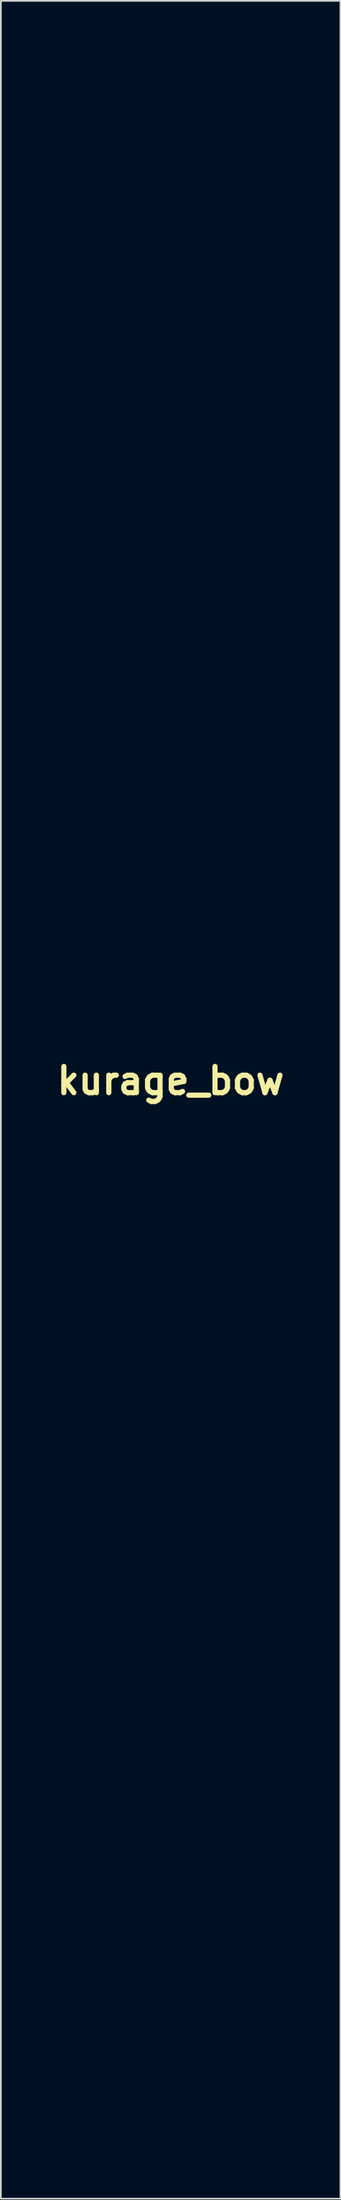
<source format=kicad_pcb>
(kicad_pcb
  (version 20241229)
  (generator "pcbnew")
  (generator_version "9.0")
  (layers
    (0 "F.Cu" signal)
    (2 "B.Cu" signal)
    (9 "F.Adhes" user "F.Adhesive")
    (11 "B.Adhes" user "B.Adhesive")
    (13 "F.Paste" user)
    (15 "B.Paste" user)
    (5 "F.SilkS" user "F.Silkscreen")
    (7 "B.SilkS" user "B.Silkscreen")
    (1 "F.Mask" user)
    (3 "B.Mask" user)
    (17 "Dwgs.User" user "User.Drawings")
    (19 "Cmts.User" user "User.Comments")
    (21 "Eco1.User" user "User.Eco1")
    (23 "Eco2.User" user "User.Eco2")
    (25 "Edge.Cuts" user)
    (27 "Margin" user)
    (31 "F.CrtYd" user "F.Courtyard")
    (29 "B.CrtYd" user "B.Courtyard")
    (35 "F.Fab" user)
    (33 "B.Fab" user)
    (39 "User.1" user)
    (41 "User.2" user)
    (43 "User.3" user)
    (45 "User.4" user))
  (footprint "kurage_bow"
    (layer "F.Cu")
    (at 6.865 59.693)
    (property "Reference" "kurage_bow" (at 0 0 0) (layer "F.SilkS") (effects (font (size 1.524 1.524) (thickness 0.3))))
    (attr through_hole)
    (fp_poly (pts (xy -0.83 -53.797) (xy -1.202 -53.797) (xy -1.202 -55.728) (xy -0.83 -55.728) (xy -0.83 -53.797)) (stroke (width 0.01) (type solid)) (fill yes) (layer "F.Mask"))
    (fp_poly (pts (xy -0.83 -41.351) (xy -1.202 -41.351) (xy -1.202 -43.282) (xy -0.83 -43.282) (xy -0.83 -41.351)) (stroke (width 0.01) (type solid)) (fill yes) (layer "F.Mask"))
    (fp_poly (pts (xy -0.83 -28.905) (xy -1.202 -28.905) (xy -1.202 -30.836) (xy -0.83 -30.836) (xy -0.83 -28.905)) (stroke (width 0.01) (type solid)) (fill yes) (layer "F.Mask"))
    (fp_poly (pts (xy -0.83 -16.459) (xy -1.202 -16.459) (xy -1.202 -18.39) (xy -0.83 -18.39) (xy -0.83 -16.459)) (stroke (width 0.01) (type solid)) (fill yes) (layer "F.Mask"))
    (fp_poly (pts (xy -0.83 -4.013) (xy -1.202 -4.013) (xy -1.202 -5.944) (xy -0.83 -5.944) (xy -0.83 -4.013)) (stroke (width 0.01) (type solid)) (fill yes) (layer "F.Mask"))
    (fp_poly (pts (xy -0.83 8.433) (xy -1.202 8.433) (xy -1.202 6.502) (xy -0.83 6.502) (xy -0.83 8.433)) (stroke (width 0.01) (type solid)) (fill yes) (layer "F.Mask"))
    (fp_poly (pts (xy -0.83 20.879) (xy -1.202 20.879) (xy -1.202 18.948) (xy -0.83 18.948) (xy -0.83 20.879)) (stroke (width 0.01) (type solid)) (fill yes) (layer "F.Mask"))
    (fp_poly (pts (xy -0.83 33.325) (xy -1.202 33.325) (xy -1.202 31.394) (xy -0.83 31.394) (xy -0.83 33.325)) (stroke (width 0.01) (type solid)) (fill yes) (layer "F.Mask"))
    (fp_poly (pts (xy -0.83 45.771) (xy -1.202 45.771) (xy -1.202 43.84) (xy -0.83 43.84) (xy -0.83 45.771)) (stroke (width 0.01) (type solid)) (fill yes) (layer "F.Mask"))
    (fp_poly (pts (xy -0.83 58.217) (xy -1.202 58.217) (xy -1.202 56.286) (xy -0.83 56.286) (xy -0.83 58.217)) (stroke (width 0.01) (type solid)) (fill yes) (layer "F.Mask"))
    (fp_poly (pts (xy -0.819 -59.165) (xy -0.732 -59.051) (xy -0.864 -58.956) (xy -0.935 -58.903) (xy -1.01 -58.844) (xy -1.073 -58.79) (xy -1.086 -58.778) (xy -1.178 -58.694) (xy -1.215 -58.748) (xy -1.25 -58.795) (xy -1.292 -58.849) (xy -1.304 -58.863) (xy -1.356 -58.926) (xy -1.23 -59.033) (xy -1.161 -59.09) (xy -1.088 -59.148) (xy -1.022 -59.197) (xy -1.005 -59.21) (xy -0.906 -59.279) (xy -0.819 -59.165)) (stroke (width 0.01) (type solid)) (fill yes) (layer "F.Mask"))
    (fp_poly (pts (xy -0.819 -46.719) (xy -0.732 -46.605) (xy -0.864 -46.51) (xy -0.935 -46.457) (xy -1.01 -46.398) (xy -1.073 -46.344) (xy -1.086 -46.332) (xy -1.178 -46.248) (xy -1.215 -46.302) (xy -1.25 -46.349) (xy -1.292 -46.403) (xy -1.304 -46.417) (xy -1.356 -46.48) (xy -1.23 -46.587) (xy -1.161 -46.644) (xy -1.088 -46.702) (xy -1.022 -46.751) (xy -1.005 -46.764) (xy -0.906 -46.833) (xy -0.819 -46.719)) (stroke (width 0.01) (type solid)) (fill yes) (layer "F.Mask"))
    (fp_poly (pts (xy -0.819 -34.273) (xy -0.732 -34.159) (xy -0.864 -34.064) (xy -0.935 -34.011) (xy -1.01 -33.952) (xy -1.073 -33.898) (xy -1.086 -33.886) (xy -1.178 -33.802) (xy -1.215 -33.856) (xy -1.25 -33.903) (xy -1.292 -33.957) (xy -1.304 -33.971) (xy -1.356 -34.034) (xy -1.23 -34.141) (xy -1.161 -34.198) (xy -1.088 -34.256) (xy -1.022 -34.305) (xy -1.005 -34.318) (xy -0.906 -34.387) (xy -0.819 -34.273)) (stroke (width 0.01) (type solid)) (fill yes) (layer "F.Mask"))
    (fp_poly (pts (xy -0.819 -21.827) (xy -0.732 -21.713) (xy -0.864 -21.618) (xy -0.935 -21.565) (xy -1.01 -21.506) (xy -1.073 -21.452) (xy -1.086 -21.44) (xy -1.178 -21.356) (xy -1.215 -21.41) (xy -1.25 -21.457) (xy -1.292 -21.511) (xy -1.304 -21.525) (xy -1.356 -21.588) (xy -1.23 -21.695) (xy -1.161 -21.752) (xy -1.088 -21.81) (xy -1.022 -21.859) (xy -1.005 -21.872) (xy -0.906 -21.941) (xy -0.819 -21.827)) (stroke (width 0.01) (type solid)) (fill yes) (layer "F.Mask"))
    (fp_poly (pts (xy -0.819 -9.381) (xy -0.732 -9.267) (xy -0.864 -9.172) (xy -0.935 -9.119) (xy -1.01 -9.06) (xy -1.073 -9.006) (xy -1.086 -8.994) (xy -1.178 -8.91) (xy -1.215 -8.964) (xy -1.25 -9.011) (xy -1.292 -9.065) (xy -1.304 -9.079) (xy -1.356 -9.142) (xy -1.23 -9.249) (xy -1.161 -9.306) (xy -1.088 -9.364) (xy -1.022 -9.413) (xy -1.005 -9.426) (xy -0.906 -9.495) (xy -0.819 -9.381)) (stroke (width 0.01) (type solid)) (fill yes) (layer "F.Mask"))
    (fp_poly (pts (xy -0.819 3.065) (xy -0.732 3.179) (xy -0.864 3.274) (xy -0.935 3.327) (xy -1.01 3.386) (xy -1.073 3.44) (xy -1.086 3.452) (xy -1.178 3.536) (xy -1.215 3.482) (xy -1.25 3.435) (xy -1.292 3.381) (xy -1.304 3.367) (xy -1.356 3.304) (xy -1.23 3.197) (xy -1.161 3.14) (xy -1.088 3.082) (xy -1.022 3.033) (xy -1.005 3.02) (xy -0.906 2.951) (xy -0.819 3.065)) (stroke (width 0.01) (type solid)) (fill yes) (layer "F.Mask"))
    (fp_poly (pts (xy -0.819 15.511) (xy -0.732 15.625) (xy -0.864 15.72) (xy -0.935 15.773) (xy -1.01 15.832) (xy -1.073 15.886) (xy -1.086 15.898) (xy -1.178 15.982) (xy -1.215 15.928) (xy -1.25 15.881) (xy -1.292 15.827) (xy -1.304 15.813) (xy -1.356 15.75) (xy -1.23 15.643) (xy -1.161 15.586) (xy -1.088 15.528) (xy -1.022 15.479) (xy -1.005 15.466) (xy -0.906 15.397) (xy -0.819 15.511)) (stroke (width 0.01) (type solid)) (fill yes) (layer "F.Mask"))
    (fp_poly (pts (xy -0.819 27.957) (xy -0.732 28.071) (xy -0.864 28.166) (xy -0.935 28.219) (xy -1.01 28.278) (xy -1.073 28.332) (xy -1.086 28.344) (xy -1.178 28.428) (xy -1.215 28.374) (xy -1.25 28.327) (xy -1.292 28.273) (xy -1.304 28.259) (xy -1.356 28.196) (xy -1.23 28.089) (xy -1.161 28.032) (xy -1.088 27.974) (xy -1.022 27.925) (xy -1.005 27.912) (xy -0.906 27.843) (xy -0.819 27.957)) (stroke (width 0.01) (type solid)) (fill yes) (layer "F.Mask"))
    (fp_poly (pts (xy -0.819 40.403) (xy -0.732 40.517) (xy -0.864 40.612) (xy -0.935 40.665) (xy -1.01 40.724) (xy -1.073 40.778) (xy -1.086 40.79) (xy -1.178 40.874) (xy -1.215 40.82) (xy -1.25 40.773) (xy -1.292 40.719) (xy -1.304 40.705) (xy -1.356 40.642) (xy -1.23 40.535) (xy -1.161 40.478) (xy -1.088 40.42) (xy -1.022 40.371) (xy -1.005 40.358) (xy -0.906 40.289) (xy -0.819 40.403)) (stroke (width 0.01) (type solid)) (fill yes) (layer "F.Mask"))
    (fp_poly (pts (xy -0.819 52.849) (xy -0.732 52.963) (xy -0.864 53.058) (xy -0.935 53.111) (xy -1.01 53.17) (xy -1.073 53.224) (xy -1.086 53.236) (xy -1.178 53.32) (xy -1.215 53.266) (xy -1.25 53.219) (xy -1.292 53.165) (xy -1.304 53.151) (xy -1.356 53.088) (xy -1.23 52.981) (xy -1.161 52.924) (xy -1.088 52.866) (xy -1.022 52.817) (xy -1.005 52.804) (xy -0.906 52.735) (xy -0.819 52.849)) (stroke (width 0.01) (type solid)) (fill yes) (layer "F.Mask"))
    (fp_poly (pts (xy -1.014 -59.575) (xy -0.978 -59.522) (xy -0.953 -59.479) (xy -0.943 -59.454) (xy -0.944 -59.451) (xy -0.963 -59.436) (xy -1.002 -59.406) (xy -1.054 -59.368) (xy -1.071 -59.355) (xy -1.141 -59.302) (xy -1.213 -59.242) (xy -1.274 -59.188) (xy -1.275 -59.187) (xy -1.364 -59.102) (xy -1.54 -59.331) (xy -1.43 -59.435) (xy -1.362 -59.494) (xy -1.285 -59.556) (xy -1.215 -59.608) (xy -1.207 -59.613) (xy -1.096 -59.688) (xy -1.014 -59.575)) (stroke (width 0.01) (type solid)) (fill yes) (layer "F.Mask"))
    (fp_poly (pts (xy -1.014 -47.129) (xy -0.978 -47.076) (xy -0.953 -47.033) (xy -0.943 -47.008) (xy -0.944 -47.005) (xy -0.963 -46.99) (xy -1.002 -46.96) (xy -1.054 -46.922) (xy -1.071 -46.909) (xy -1.141 -46.856) (xy -1.213 -46.796) (xy -1.274 -46.742) (xy -1.275 -46.741) (xy -1.364 -46.656) (xy -1.54 -46.885) (xy -1.43 -46.989) (xy -1.362 -47.048) (xy -1.285 -47.11) (xy -1.215 -47.162) (xy -1.207 -47.167) (xy -1.096 -47.242) (xy -1.014 -47.129)) (stroke (width 0.01) (type solid)) (fill yes) (layer "F.Mask"))
    (fp_poly (pts (xy -1.014 -34.683) (xy -0.978 -34.63) (xy -0.953 -34.587) (xy -0.943 -34.562) (xy -0.944 -34.559) (xy -0.963 -34.544) (xy -1.002 -34.514) (xy -1.054 -34.476) (xy -1.071 -34.463) (xy -1.141 -34.41) (xy -1.213 -34.35) (xy -1.274 -34.296) (xy -1.275 -34.295) (xy -1.364 -34.21) (xy -1.54 -34.439) (xy -1.43 -34.543) (xy -1.362 -34.602) (xy -1.285 -34.664) (xy -1.215 -34.716) (xy -1.207 -34.721) (xy -1.096 -34.796) (xy -1.014 -34.683)) (stroke (width 0.01) (type solid)) (fill yes) (layer "F.Mask"))
    (fp_poly (pts (xy -1.014 -22.237) (xy -0.978 -22.184) (xy -0.953 -22.141) (xy -0.943 -22.116) (xy -0.944 -22.113) (xy -0.963 -22.098) (xy -1.002 -22.068) (xy -1.054 -22.03) (xy -1.071 -22.017) (xy -1.141 -21.964) (xy -1.213 -21.904) (xy -1.274 -21.85) (xy -1.275 -21.849) (xy -1.364 -21.764) (xy -1.54 -21.993) (xy -1.43 -22.097) (xy -1.362 -22.156) (xy -1.285 -22.218) (xy -1.215 -22.27) (xy -1.207 -22.275) (xy -1.096 -22.35) (xy -1.014 -22.237)) (stroke (width 0.01) (type solid)) (fill yes) (layer "F.Mask"))
    (fp_poly (pts (xy -1.014 -9.791) (xy -0.978 -9.738) (xy -0.953 -9.695) (xy -0.943 -9.67) (xy -0.944 -9.667) (xy -0.963 -9.652) (xy -1.002 -9.622) (xy -1.054 -9.584) (xy -1.071 -9.571) (xy -1.141 -9.518) (xy -1.213 -9.458) (xy -1.274 -9.404) (xy -1.275 -9.403) (xy -1.364 -9.318) (xy -1.54 -9.547) (xy -1.43 -9.651) (xy -1.362 -9.71) (xy -1.285 -9.772) (xy -1.215 -9.824) (xy -1.207 -9.829) (xy -1.096 -9.904) (xy -1.014 -9.791)) (stroke (width 0.01) (type solid)) (fill yes) (layer "F.Mask"))
    (fp_poly (pts (xy -1.014 2.655) (xy -0.978 2.708) (xy -0.953 2.751) (xy -0.943 2.776) (xy -0.944 2.779) (xy -0.963 2.794) (xy -1.002 2.824) (xy -1.054 2.862) (xy -1.071 2.875) (xy -1.141 2.928) (xy -1.213 2.988) (xy -1.274 3.042) (xy -1.275 3.043) (xy -1.364 3.128) (xy -1.54 2.899) (xy -1.43 2.795) (xy -1.362 2.736) (xy -1.285 2.674) (xy -1.215 2.622) (xy -1.207 2.617) (xy -1.096 2.542) (xy -1.014 2.655)) (stroke (width 0.01) (type solid)) (fill yes) (layer "F.Mask"))
    (fp_poly (pts (xy -1.014 15.101) (xy -0.978 15.154) (xy -0.953 15.197) (xy -0.943 15.222) (xy -0.944 15.225) (xy -0.963 15.24) (xy -1.002 15.27) (xy -1.054 15.308) (xy -1.071 15.321) (xy -1.141 15.374) (xy -1.213 15.434) (xy -1.274 15.488) (xy -1.275 15.489) (xy -1.364 15.574) (xy -1.54 15.345) (xy -1.43 15.241) (xy -1.362 15.182) (xy -1.285 15.12) (xy -1.215 15.068) (xy -1.207 15.063) (xy -1.096 14.988) (xy -1.014 15.101)) (stroke (width 0.01) (type solid)) (fill yes) (layer "F.Mask"))
    (fp_poly (pts (xy -1.014 27.547) (xy -0.978 27.6) (xy -0.953 27.643) (xy -0.943 27.668) (xy -0.944 27.671) (xy -0.963 27.686) (xy -1.002 27.716) (xy -1.054 27.754) (xy -1.071 27.767) (xy -1.141 27.82) (xy -1.213 27.88) (xy -1.274 27.934) (xy -1.275 27.935) (xy -1.364 28.02) (xy -1.54 27.791) (xy -1.43 27.687) (xy -1.362 27.628) (xy -1.285 27.566) (xy -1.215 27.514) (xy -1.207 27.509) (xy -1.096 27.434) (xy -1.014 27.547)) (stroke (width 0.01) (type solid)) (fill yes) (layer "F.Mask"))
    (fp_poly (pts (xy -1.014 39.993) (xy -0.978 40.046) (xy -0.953 40.089) (xy -0.943 40.114) (xy -0.944 40.117) (xy -0.963 40.132) (xy -1.002 40.162) (xy -1.054 40.2) (xy -1.071 40.213) (xy -1.141 40.266) (xy -1.213 40.326) (xy -1.274 40.38) (xy -1.275 40.381) (xy -1.364 40.466) (xy -1.54 40.237) (xy -1.43 40.133) (xy -1.362 40.074) (xy -1.285 40.012) (xy -1.215 39.96) (xy -1.207 39.955) (xy -1.096 39.88) (xy -1.014 39.993)) (stroke (width 0.01) (type solid)) (fill yes) (layer "F.Mask"))
    (fp_poly (pts (xy -1.014 52.439) (xy -0.978 52.492) (xy -0.953 52.535) (xy -0.943 52.56) (xy -0.944 52.563) (xy -0.963 52.578) (xy -1.002 52.608) (xy -1.054 52.646) (xy -1.071 52.659) (xy -1.141 52.712) (xy -1.213 52.772) (xy -1.274 52.826) (xy -1.275 52.827) (xy -1.364 52.912) (xy -1.54 52.683) (xy -1.43 52.579) (xy -1.362 52.52) (xy -1.285 52.458) (xy -1.215 52.406) (xy -1.207 52.401) (xy -1.096 52.326) (xy -1.014 52.439)) (stroke (width 0.01) (type solid)) (fill yes) (layer "F.Mask"))
    (fp_poly (pts (xy -0.25 -56.028) (xy -0.131 -56.021) (xy -0.033 -56.009) (xy 0.058 -55.989) (xy 0.11 -55.975) (xy 0.348 -55.887) (xy 0.569 -55.77) (xy 0.771 -55.626) (xy 0.955 -55.456) (xy 1.118 -55.26) (xy 1.26 -55.04) (xy 1.38 -54.797) (xy 1.477 -54.533) (xy 1.513 -54.406) (xy 1.553 -54.252) (xy 1.467 -54.17) (xy 1.381 -54.088) (xy 1.336 -54.21) (xy 1.241 -54.433) (xy 1.119 -54.654) (xy 0.976 -54.863) (xy 0.831 -55.038) (xy 0.74 -55.127) (xy 0.629 -55.219) (xy 0.51 -55.305) (xy 0.394 -55.377) (xy 0.354 -55.398) (xy 0.299 -55.423) (xy 0.227 -55.451) (xy 0.148 -55.48) (xy 0.07 -55.506) (xy 0.001 -55.527) (xy -0.05 -55.539) (xy -0.07 -55.541) (xy -0.072 -55.525) (xy -0.075 -55.477) (xy -0.078 -55.401) (xy -0.08 -55.298) (xy -0.081 -55.172) (xy -0.083 -55.025) (xy -0.084 -54.859) (xy -0.085 -54.678) (xy -0.085 -54.534) (xy -0.085 -53.526) (xy -0.457 -53.526) (xy -0.457 -56.036) (xy -0.25 -56.028)) (stroke (width 0.01) (type solid)) (fill yes) (layer "F.Mask"))
    (fp_poly (pts (xy -0.25 -43.582) (xy -0.131 -43.575) (xy -0.033 -43.563) (xy 0.058 -43.543) (xy 0.11 -43.529) (xy 0.348 -43.441) (xy 0.569 -43.324) (xy 0.771 -43.18) (xy 0.955 -43.01) (xy 1.118 -42.814) (xy 1.26 -42.594) (xy 1.38 -42.351) (xy 1.477 -42.087) (xy 1.513 -41.96) (xy 1.553 -41.806) (xy 1.467 -41.724) (xy 1.381 -41.642) (xy 1.336 -41.764) (xy 1.241 -41.987) (xy 1.119 -42.208) (xy 0.976 -42.417) (xy 0.831 -42.592) (xy 0.74 -42.681) (xy 0.629 -42.773) (xy 0.51 -42.859) (xy 0.394 -42.931) (xy 0.354 -42.952) (xy 0.299 -42.977) (xy 0.227 -43.005) (xy 0.148 -43.034) (xy 0.07 -43.06) (xy 0.001 -43.081) (xy -0.05 -43.093) (xy -0.07 -43.095) (xy -0.072 -43.079) (xy -0.075 -43.031) (xy -0.078 -42.955) (xy -0.08 -42.852) (xy -0.081 -42.726) (xy -0.083 -42.579) (xy -0.084 -42.413) (xy -0.085 -42.232) (xy -0.085 -42.088) (xy -0.085 -41.08) (xy -0.457 -41.08) (xy -0.457 -43.59) (xy -0.25 -43.582)) (stroke (width 0.01) (type solid)) (fill yes) (layer "F.Mask"))
    (fp_poly (pts (xy -0.25 -31.136) (xy -0.131 -31.129) (xy -0.033 -31.117) (xy 0.058 -31.097) (xy 0.11 -31.083) (xy 0.348 -30.995) (xy 0.569 -30.878) (xy 0.771 -30.734) (xy 0.955 -30.564) (xy 1.118 -30.368) (xy 1.26 -30.148) (xy 1.38 -29.905) (xy 1.477 -29.641) (xy 1.513 -29.514) (xy 1.553 -29.36) (xy 1.467 -29.278) (xy 1.381 -29.196) (xy 1.336 -29.318) (xy 1.241 -29.541) (xy 1.119 -29.762) (xy 0.976 -29.971) (xy 0.831 -30.146) (xy 0.74 -30.235) (xy 0.629 -30.327) (xy 0.51 -30.413) (xy 0.394 -30.485) (xy 0.354 -30.506) (xy 0.299 -30.531) (xy 0.227 -30.559) (xy 0.148 -30.588) (xy 0.07 -30.614) (xy 0.001 -30.635) (xy -0.05 -30.647) (xy -0.07 -30.649) (xy -0.072 -30.633) (xy -0.075 -30.585) (xy -0.078 -30.509) (xy -0.08 -30.406) (xy -0.081 -30.28) (xy -0.083 -30.133) (xy -0.084 -29.967) (xy -0.085 -29.786) (xy -0.085 -29.642) (xy -0.085 -28.634) (xy -0.457 -28.634) (xy -0.457 -31.144) (xy -0.25 -31.136)) (stroke (width 0.01) (type solid)) (fill yes) (layer "F.Mask"))
    (fp_poly (pts (xy -0.25 -18.69) (xy -0.131 -18.683) (xy -0.033 -18.671) (xy 0.058 -18.651) (xy 0.11 -18.637) (xy 0.348 -18.549) (xy 0.569 -18.432) (xy 0.771 -18.288) (xy 0.955 -18.118) (xy 1.118 -17.922) (xy 1.26 -17.702) (xy 1.38 -17.459) (xy 1.477 -17.195) (xy 1.513 -17.068) (xy 1.553 -16.914) (xy 1.467 -16.832) (xy 1.381 -16.75) (xy 1.336 -16.872) (xy 1.241 -17.095) (xy 1.119 -17.316) (xy 0.976 -17.525) (xy 0.831 -17.7) (xy 0.74 -17.789) (xy 0.629 -17.881) (xy 0.51 -17.967) (xy 0.394 -18.039) (xy 0.354 -18.06) (xy 0.299 -18.085) (xy 0.227 -18.113) (xy 0.148 -18.142) (xy 0.07 -18.168) (xy 0.001 -18.189) (xy -0.05 -18.201) (xy -0.07 -18.203) (xy -0.072 -18.187) (xy -0.075 -18.139) (xy -0.078 -18.063) (xy -0.08 -17.96) (xy -0.081 -17.834) (xy -0.083 -17.687) (xy -0.084 -17.521) (xy -0.085 -17.34) (xy -0.085 -17.196) (xy -0.085 -16.188) (xy -0.457 -16.188) (xy -0.457 -18.698) (xy -0.25 -18.69)) (stroke (width 0.01) (type solid)) (fill yes) (layer "F.Mask"))
    (fp_poly (pts (xy -0.25 -6.244) (xy -0.131 -6.237) (xy -0.033 -6.225) (xy 0.058 -6.205) (xy 0.11 -6.191) (xy 0.348 -6.103) (xy 0.569 -5.986) (xy 0.771 -5.842) (xy 0.955 -5.672) (xy 1.118 -5.476) (xy 1.26 -5.256) (xy 1.38 -5.013) (xy 1.477 -4.749) (xy 1.513 -4.622) (xy 1.553 -4.468) (xy 1.467 -4.386) (xy 1.381 -4.304) (xy 1.336 -4.426) (xy 1.241 -4.649) (xy 1.119 -4.87) (xy 0.976 -5.079) (xy 0.831 -5.254) (xy 0.74 -5.343) (xy 0.629 -5.435) (xy 0.51 -5.521) (xy 0.394 -5.593) (xy 0.354 -5.614) (xy 0.299 -5.639) (xy 0.227 -5.667) (xy 0.148 -5.696) (xy 0.07 -5.722) (xy 0.001 -5.743) (xy -0.05 -5.755) (xy -0.07 -5.757) (xy -0.072 -5.741) (xy -0.075 -5.693) (xy -0.078 -5.617) (xy -0.08 -5.514) (xy -0.081 -5.388) (xy -0.083 -5.241) (xy -0.084 -5.075) (xy -0.085 -4.894) (xy -0.085 -4.75) (xy -0.085 -3.742) (xy -0.457 -3.742) (xy -0.457 -6.252) (xy -0.25 -6.244)) (stroke (width 0.01) (type solid)) (fill yes) (layer "F.Mask"))
    (fp_poly (pts (xy -0.25 6.202) (xy -0.131 6.209) (xy -0.033 6.221) (xy 0.058 6.241) (xy 0.11 6.255) (xy 0.348 6.343) (xy 0.569 6.46) (xy 0.771 6.604) (xy 0.955 6.774) (xy 1.118 6.97) (xy 1.26 7.19) (xy 1.38 7.433) (xy 1.477 7.697) (xy 1.513 7.824) (xy 1.553 7.978) (xy 1.467 8.06) (xy 1.381 8.142) (xy 1.336 8.02) (xy 1.241 7.797) (xy 1.119 7.576) (xy 0.976 7.367) (xy 0.831 7.192) (xy 0.74 7.103) (xy 0.629 7.011) (xy 0.51 6.925) (xy 0.394 6.853) (xy 0.354 6.832) (xy 0.299 6.807) (xy 0.227 6.779) (xy 0.148 6.75) (xy 0.07 6.724) (xy 0.001 6.703) (xy -0.05 6.691) (xy -0.07 6.689) (xy -0.072 6.705) (xy -0.075 6.753) (xy -0.078 6.829) (xy -0.08 6.932) (xy -0.081 7.058) (xy -0.083 7.205) (xy -0.084 7.371) (xy -0.085 7.552) (xy -0.085 7.696) (xy -0.085 8.704) (xy -0.457 8.704) (xy -0.457 6.194) (xy -0.25 6.202)) (stroke (width 0.01) (type solid)) (fill yes) (layer "F.Mask"))
    (fp_poly (pts (xy -0.25 18.648) (xy -0.131 18.655) (xy -0.033 18.667) (xy 0.058 18.687) (xy 0.11 18.701) (xy 0.348 18.789) (xy 0.569 18.906) (xy 0.771 19.05) (xy 0.955 19.22) (xy 1.118 19.416) (xy 1.26 19.636) (xy 1.38 19.879) (xy 1.477 20.143) (xy 1.513 20.27) (xy 1.553 20.424) (xy 1.467 20.506) (xy 1.381 20.588) (xy 1.336 20.466) (xy 1.241 20.243) (xy 1.119 20.022) (xy 0.976 19.813) (xy 0.831 19.638) (xy 0.74 19.549) (xy 0.629 19.457) (xy 0.51 19.371) (xy 0.394 19.299) (xy 0.354 19.278) (xy 0.299 19.253) (xy 0.227 19.225) (xy 0.148 19.196) (xy 0.07 19.17) (xy 0.001 19.149) (xy -0.05 19.137) (xy -0.07 19.135) (xy -0.072 19.151) (xy -0.075 19.199) (xy -0.078 19.275) (xy -0.08 19.378) (xy -0.081 19.504) (xy -0.083 19.651) (xy -0.084 19.817) (xy -0.085 19.998) (xy -0.085 20.142) (xy -0.085 21.15) (xy -0.457 21.15) (xy -0.457 18.64) (xy -0.25 18.648)) (stroke (width 0.01) (type solid)) (fill yes) (layer "F.Mask"))
    (fp_poly (pts (xy -0.25 31.094) (xy -0.131 31.101) (xy -0.033 31.113) (xy 0.058 31.133) (xy 0.11 31.147) (xy 0.348 31.235) (xy 0.569 31.352) (xy 0.771 31.496) (xy 0.955 31.666) (xy 1.118 31.862) (xy 1.26 32.082) (xy 1.38 32.325) (xy 1.477 32.589) (xy 1.513 32.716) (xy 1.553 32.87) (xy 1.467 32.952) (xy 1.381 33.034) (xy 1.336 32.912) (xy 1.241 32.689) (xy 1.119 32.468) (xy 0.976 32.259) (xy 0.831 32.084) (xy 0.74 31.995) (xy 0.629 31.903) (xy 0.51 31.817) (xy 0.394 31.745) (xy 0.354 31.724) (xy 0.299 31.699) (xy 0.227 31.671) (xy 0.148 31.642) (xy 0.07 31.616) (xy 0.001 31.595) (xy -0.05 31.583) (xy -0.07 31.581) (xy -0.072 31.597) (xy -0.075 31.645) (xy -0.078 31.721) (xy -0.08 31.824) (xy -0.081 31.95) (xy -0.083 32.097) (xy -0.084 32.263) (xy -0.085 32.444) (xy -0.085 32.588) (xy -0.085 33.596) (xy -0.457 33.596) (xy -0.457 31.086) (xy -0.25 31.094)) (stroke (width 0.01) (type solid)) (fill yes) (layer "F.Mask"))
    (fp_poly (pts (xy -0.25 43.54) (xy -0.131 43.547) (xy -0.033 43.559) (xy 0.058 43.579) (xy 0.11 43.593) (xy 0.348 43.681) (xy 0.569 43.798) (xy 0.771 43.942) (xy 0.955 44.112) (xy 1.118 44.308) (xy 1.26 44.528) (xy 1.38 44.771) (xy 1.477 45.035) (xy 1.513 45.162) (xy 1.553 45.316) (xy 1.467 45.398) (xy 1.381 45.48) (xy 1.336 45.358) (xy 1.241 45.135) (xy 1.119 44.914) (xy 0.976 44.705) (xy 0.831 44.53) (xy 0.74 44.441) (xy 0.629 44.349) (xy 0.51 44.263) (xy 0.394 44.191) (xy 0.354 44.17) (xy 0.299 44.145) (xy 0.227 44.117) (xy 0.148 44.088) (xy 0.07 44.062) (xy 0.001 44.041) (xy -0.05 44.029) (xy -0.07 44.027) (xy -0.072 44.043) (xy -0.075 44.091) (xy -0.078 44.167) (xy -0.08 44.27) (xy -0.081 44.396) (xy -0.083 44.543) (xy -0.084 44.709) (xy -0.085 44.89) (xy -0.085 45.034) (xy -0.085 46.042) (xy -0.457 46.042) (xy -0.457 43.532) (xy -0.25 43.54)) (stroke (width 0.01) (type solid)) (fill yes) (layer "F.Mask"))
    (fp_poly (pts (xy -0.25 55.986) (xy -0.131 55.993) (xy -0.033 56.005) (xy 0.058 56.025) (xy 0.11 56.039) (xy 0.348 56.127) (xy 0.569 56.244) (xy 0.771 56.388) (xy 0.955 56.558) (xy 1.118 56.754) (xy 1.26 56.974) (xy 1.38 57.217) (xy 1.477 57.481) (xy 1.513 57.608) (xy 1.553 57.762) (xy 1.467 57.844) (xy 1.381 57.926) (xy 1.336 57.804) (xy 1.241 57.581) (xy 1.119 57.36) (xy 0.976 57.151) (xy 0.831 56.976) (xy 0.74 56.887) (xy 0.629 56.795) (xy 0.51 56.709) (xy 0.394 56.637) (xy 0.354 56.616) (xy 0.299 56.591) (xy 0.227 56.563) (xy 0.148 56.534) (xy 0.07 56.508) (xy 0.001 56.487) (xy -0.05 56.475) (xy -0.07 56.473) (xy -0.072 56.489) (xy -0.075 56.537) (xy -0.078 56.613) (xy -0.08 56.716) (xy -0.081 56.842) (xy -0.083 56.989) (xy -0.084 57.155) (xy -0.085 57.336) (xy -0.085 57.48) (xy -0.085 58.488) (xy -0.457 58.488) (xy -0.457 55.978) (xy -0.25 55.986)) (stroke (width 0.01) (type solid)) (fill yes) (layer "F.Mask"))
    (fp_poly (pts (xy -0.322 -58.814) (xy -0.208 -58.802) (xy -0.108 -58.789) (xy 0.012 -58.767) (xy 0.141 -58.74) (xy 0.268 -58.71) (xy 0.38 -58.68) (xy 0.436 -58.663) (xy 0.569 -58.612) (xy 0.711 -58.546) (xy 0.847 -58.474) (xy 0.931 -58.422) (xy 1.073 -58.313) (xy 1.209 -58.179) (xy 1.334 -58.028) (xy 1.44 -57.867) (xy 1.505 -57.741) (xy 1.538 -57.666) (xy 1.558 -57.614) (xy 1.563 -57.577) (xy 1.554 -57.545) (xy 1.53 -57.511) (xy 1.492 -57.467) (xy 1.409 -57.373) (xy 1.325 -57.503) (xy 1.182 -57.691) (xy 1.014 -57.856) (xy 0.822 -57.998) (xy 0.606 -58.117) (xy 0.366 -58.211) (xy 0.102 -58.283) (xy -0.186 -58.33) (xy -0.199 -58.332) (xy -0.322 -58.346) (xy -0.322 -57.612) (xy -0.18 -57.518) (xy -0.026 -57.407) (xy 0.131 -57.28) (xy 0.279 -57.146) (xy 0.396 -57.028) (xy 0.522 -56.892) (xy 0.436 -56.771) (xy 0.398 -56.717) (xy 0.368 -56.674) (xy 0.351 -56.65) (xy 0.349 -56.647) (xy 0.335 -56.656) (xy 0.302 -56.68) (xy 0.255 -56.716) (xy 0.237 -56.73) (xy 0.012 -56.893) (xy -0.239 -57.05) (xy -0.512 -57.2) (xy -0.797 -57.337) (xy -1.09 -57.459) (xy -1.214 -57.505) (xy -1.369 -57.56) (xy -1.345 -57.639) (xy -1.328 -57.694) (xy -1.307 -57.768) (xy -1.285 -57.844) (xy -1.284 -57.85) (xy -1.264 -57.913) (xy -1.245 -57.962) (xy -1.23 -57.988) (xy -1.227 -57.991) (xy -1.204 -57.988) (xy -1.157 -57.975) (xy -1.092 -57.954) (xy -1.017 -57.929) (xy -0.939 -57.9) (xy -0.864 -57.871) (xy -0.799 -57.844) (xy -0.758 -57.825) (xy -0.694 -57.793) (xy -0.694 -59.487) (xy -0.322 -59.487) (xy -0.322 -58.814)) (stroke (width 0.01) (type solid)) (fill yes) (layer "F.Mask"))
    (fp_poly (pts (xy -0.322 -46.368) (xy -0.208 -46.356) (xy -0.108 -46.343) (xy 0.012 -46.321) (xy 0.141 -46.294) (xy 0.268 -46.264) (xy 0.38 -46.234) (xy 0.436 -46.217) (xy 0.569 -46.166) (xy 0.711 -46.1) (xy 0.847 -46.028) (xy 0.931 -45.976) (xy 1.073 -45.867) (xy 1.209 -45.733) (xy 1.334 -45.582) (xy 1.44 -45.421) (xy 1.505 -45.295) (xy 1.538 -45.22) (xy 1.558 -45.168) (xy 1.563 -45.131) (xy 1.554 -45.099) (xy 1.53 -45.065) (xy 1.492 -45.021) (xy 1.409 -44.927) (xy 1.325 -45.057) (xy 1.182 -45.245) (xy 1.014 -45.41) (xy 0.822 -45.552) (xy 0.606 -45.671) (xy 0.366 -45.765) (xy 0.102 -45.837) (xy -0.186 -45.884) (xy -0.199 -45.886) (xy -0.322 -45.9) (xy -0.322 -45.166) (xy -0.18 -45.072) (xy -0.026 -44.961) (xy 0.131 -44.834) (xy 0.279 -44.7) (xy 0.396 -44.582) (xy 0.522 -44.446) (xy 0.436 -44.325) (xy 0.398 -44.271) (xy 0.368 -44.228) (xy 0.351 -44.204) (xy 0.349 -44.201) (xy 0.335 -44.21) (xy 0.302 -44.234) (xy 0.255 -44.27) (xy 0.237 -44.284) (xy 0.012 -44.447) (xy -0.239 -44.604) (xy -0.512 -44.754) (xy -0.797 -44.891) (xy -1.09 -45.013) (xy -1.214 -45.059) (xy -1.369 -45.114) (xy -1.345 -45.193) (xy -1.328 -45.248) (xy -1.307 -45.322) (xy -1.285 -45.398) (xy -1.284 -45.404) (xy -1.264 -45.467) (xy -1.245 -45.516) (xy -1.23 -45.542) (xy -1.227 -45.545) (xy -1.204 -45.542) (xy -1.157 -45.529) (xy -1.092 -45.508) (xy -1.017 -45.483) (xy -0.939 -45.454) (xy -0.864 -45.425) (xy -0.799 -45.398) (xy -0.758 -45.379) (xy -0.694 -45.347) (xy -0.694 -47.041) (xy -0.322 -47.041) (xy -0.322 -46.368)) (stroke (width 0.01) (type solid)) (fill yes) (layer "F.Mask"))
    (fp_poly (pts (xy -0.322 -33.922) (xy -0.208 -33.91) (xy -0.108 -33.897) (xy 0.012 -33.875) (xy 0.141 -33.848) (xy 0.268 -33.818) (xy 0.38 -33.788) (xy 0.436 -33.771) (xy 0.569 -33.72) (xy 0.711 -33.654) (xy 0.847 -33.582) (xy 0.931 -33.53) (xy 1.073 -33.421) (xy 1.209 -33.287) (xy 1.334 -33.136) (xy 1.44 -32.975) (xy 1.505 -32.849) (xy 1.538 -32.774) (xy 1.558 -32.722) (xy 1.563 -32.685) (xy 1.554 -32.653) (xy 1.53 -32.619) (xy 1.492 -32.575) (xy 1.409 -32.481) (xy 1.325 -32.611) (xy 1.182 -32.799) (xy 1.014 -32.964) (xy 0.822 -33.106) (xy 0.606 -33.225) (xy 0.366 -33.319) (xy 0.102 -33.391) (xy -0.186 -33.438) (xy -0.199 -33.44) (xy -0.322 -33.454) (xy -0.322 -32.72) (xy -0.18 -32.626) (xy -0.026 -32.515) (xy 0.131 -32.388) (xy 0.279 -32.254) (xy 0.396 -32.136) (xy 0.522 -32) (xy 0.436 -31.879) (xy 0.398 -31.825) (xy 0.368 -31.782) (xy 0.351 -31.758) (xy 0.349 -31.755) (xy 0.335 -31.764) (xy 0.302 -31.788) (xy 0.255 -31.824) (xy 0.237 -31.838) (xy 0.012 -32.001) (xy -0.239 -32.158) (xy -0.512 -32.308) (xy -0.797 -32.445) (xy -1.09 -32.567) (xy -1.214 -32.613) (xy -1.369 -32.668) (xy -1.345 -32.747) (xy -1.328 -32.802) (xy -1.307 -32.876) (xy -1.285 -32.952) (xy -1.284 -32.958) (xy -1.264 -33.021) (xy -1.245 -33.07) (xy -1.23 -33.096) (xy -1.227 -33.099) (xy -1.204 -33.096) (xy -1.157 -33.083) (xy -1.092 -33.062) (xy -1.017 -33.037) (xy -0.939 -33.008) (xy -0.864 -32.979) (xy -0.799 -32.952) (xy -0.758 -32.933) (xy -0.694 -32.901) (xy -0.694 -34.595) (xy -0.322 -34.595) (xy -0.322 -33.922)) (stroke (width 0.01) (type solid)) (fill yes) (layer "F.Mask"))
    (fp_poly (pts (xy -0.322 -21.476) (xy -0.208 -21.464) (xy -0.108 -21.451) (xy 0.012 -21.429) (xy 0.141 -21.402) (xy 0.268 -21.372) (xy 0.38 -21.342) (xy 0.436 -21.325) (xy 0.569 -21.274) (xy 0.711 -21.208) (xy 0.847 -21.136) (xy 0.931 -21.084) (xy 1.073 -20.975) (xy 1.209 -20.841) (xy 1.334 -20.69) (xy 1.44 -20.529) (xy 1.505 -20.403) (xy 1.538 -20.328) (xy 1.558 -20.276) (xy 1.563 -20.239) (xy 1.554 -20.207) (xy 1.53 -20.173) (xy 1.492 -20.129) (xy 1.409 -20.035) (xy 1.325 -20.165) (xy 1.182 -20.353) (xy 1.014 -20.518) (xy 0.822 -20.66) (xy 0.606 -20.779) (xy 0.366 -20.873) (xy 0.102 -20.945) (xy -0.186 -20.992) (xy -0.199 -20.994) (xy -0.322 -21.008) (xy -0.322 -20.274) (xy -0.18 -20.18) (xy -0.026 -20.069) (xy 0.131 -19.942) (xy 0.279 -19.808) (xy 0.396 -19.69) (xy 0.522 -19.554) (xy 0.436 -19.433) (xy 0.398 -19.379) (xy 0.368 -19.336) (xy 0.351 -19.312) (xy 0.349 -19.309) (xy 0.335 -19.318) (xy 0.302 -19.342) (xy 0.255 -19.378) (xy 0.237 -19.392) (xy 0.012 -19.555) (xy -0.239 -19.712) (xy -0.512 -19.862) (xy -0.797 -19.999) (xy -1.09 -20.121) (xy -1.214 -20.167) (xy -1.369 -20.222) (xy -1.345 -20.301) (xy -1.328 -20.356) (xy -1.307 -20.43) (xy -1.285 -20.506) (xy -1.284 -20.512) (xy -1.264 -20.575) (xy -1.245 -20.624) (xy -1.23 -20.65) (xy -1.227 -20.653) (xy -1.204 -20.65) (xy -1.157 -20.637) (xy -1.092 -20.616) (xy -1.017 -20.591) (xy -0.939 -20.562) (xy -0.864 -20.533) (xy -0.799 -20.506) (xy -0.758 -20.487) (xy -0.694 -20.455) (xy -0.694 -22.149) (xy -0.322 -22.149) (xy -0.322 -21.476)) (stroke (width 0.01) (type solid)) (fill yes) (layer "F.Mask"))
    (fp_poly (pts (xy -0.322 -9.03) (xy -0.208 -9.018) (xy -0.108 -9.005) (xy 0.012 -8.983) (xy 0.141 -8.956) (xy 0.268 -8.926) (xy 0.38 -8.896) (xy 0.436 -8.879) (xy 0.569 -8.828) (xy 0.711 -8.762) (xy 0.847 -8.69) (xy 0.931 -8.638) (xy 1.073 -8.529) (xy 1.209 -8.395) (xy 1.334 -8.244) (xy 1.44 -8.083) (xy 1.505 -7.957) (xy 1.538 -7.882) (xy 1.558 -7.83) (xy 1.563 -7.793) (xy 1.554 -7.761) (xy 1.53 -7.727) (xy 1.492 -7.683) (xy 1.409 -7.589) (xy 1.325 -7.719) (xy 1.182 -7.907) (xy 1.014 -8.072) (xy 0.822 -8.214) (xy 0.606 -8.333) (xy 0.366 -8.427) (xy 0.102 -8.499) (xy -0.186 -8.546) (xy -0.199 -8.548) (xy -0.322 -8.562) (xy -0.322 -7.828) (xy -0.18 -7.734) (xy -0.026 -7.623) (xy 0.131 -7.496) (xy 0.279 -7.362) (xy 0.396 -7.244) (xy 0.522 -7.108) (xy 0.436 -6.987) (xy 0.398 -6.933) (xy 0.368 -6.89) (xy 0.351 -6.866) (xy 0.349 -6.863) (xy 0.335 -6.872) (xy 0.302 -6.896) (xy 0.255 -6.932) (xy 0.237 -6.946) (xy 0.012 -7.109) (xy -0.239 -7.266) (xy -0.512 -7.416) (xy -0.797 -7.553) (xy -1.09 -7.675) (xy -1.214 -7.721) (xy -1.369 -7.776) (xy -1.345 -7.855) (xy -1.328 -7.91) (xy -1.307 -7.984) (xy -1.285 -8.06) (xy -1.284 -8.066) (xy -1.264 -8.129) (xy -1.245 -8.178) (xy -1.23 -8.204) (xy -1.227 -8.207) (xy -1.204 -8.204) (xy -1.157 -8.191) (xy -1.092 -8.17) (xy -1.017 -8.145) (xy -0.939 -8.116) (xy -0.864 -8.087) (xy -0.799 -8.06) (xy -0.758 -8.041) (xy -0.694 -8.009) (xy -0.694 -9.703) (xy -0.322 -9.703) (xy -0.322 -9.03)) (stroke (width 0.01) (type solid)) (fill yes) (layer "F.Mask"))
    (fp_poly (pts (xy -0.322 3.416) (xy -0.208 3.428) (xy -0.108 3.441) (xy 0.012 3.463) (xy 0.141 3.49) (xy 0.268 3.52) (xy 0.38 3.55) (xy 0.436 3.567) (xy 0.569 3.618) (xy 0.711 3.684) (xy 0.847 3.756) (xy 0.931 3.808) (xy 1.073 3.917) (xy 1.209 4.051) (xy 1.334 4.202) (xy 1.44 4.363) (xy 1.505 4.489) (xy 1.538 4.564) (xy 1.558 4.616) (xy 1.563 4.653) (xy 1.554 4.685) (xy 1.53 4.719) (xy 1.492 4.763) (xy 1.409 4.857) (xy 1.325 4.727) (xy 1.182 4.539) (xy 1.014 4.374) (xy 0.822 4.232) (xy 0.606 4.113) (xy 0.366 4.019) (xy 0.102 3.947) (xy -0.186 3.9) (xy -0.199 3.898) (xy -0.322 3.884) (xy -0.322 4.618) (xy -0.18 4.712) (xy -0.026 4.823) (xy 0.131 4.95) (xy 0.279 5.084) (xy 0.396 5.202) (xy 0.522 5.338) (xy 0.436 5.459) (xy 0.398 5.513) (xy 0.368 5.556) (xy 0.351 5.58) (xy 0.349 5.583) (xy 0.335 5.574) (xy 0.302 5.55) (xy 0.255 5.514) (xy 0.237 5.5) (xy 0.012 5.337) (xy -0.239 5.18) (xy -0.512 5.03) (xy -0.797 4.893) (xy -1.09 4.771) (xy -1.214 4.725) (xy -1.369 4.67) (xy -1.345 4.591) (xy -1.328 4.536) (xy -1.307 4.462) (xy -1.285 4.386) (xy -1.284 4.38) (xy -1.264 4.317) (xy -1.245 4.268) (xy -1.23 4.242) (xy -1.227 4.239) (xy -1.204 4.242) (xy -1.157 4.255) (xy -1.092 4.276) (xy -1.017 4.301) (xy -0.939 4.33) (xy -0.864 4.359) (xy -0.799 4.386) (xy -0.758 4.405) (xy -0.694 4.437) (xy -0.694 2.743) (xy -0.322 2.743) (xy -0.322 3.416)) (stroke (width 0.01) (type solid)) (fill yes) (layer "F.Mask"))
    (fp_poly (pts (xy -0.322 15.862) (xy -0.208 15.874) (xy -0.108 15.887) (xy 0.012 15.909) (xy 0.141 15.936) (xy 0.268 15.966) (xy 0.38 15.996) (xy 0.436 16.013) (xy 0.569 16.064) (xy 0.711 16.13) (xy 0.847 16.202) (xy 0.931 16.254) (xy 1.073 16.363) (xy 1.209 16.497) (xy 1.334 16.648) (xy 1.44 16.809) (xy 1.505 16.935) (xy 1.538 17.01) (xy 1.558 17.062) (xy 1.563 17.099) (xy 1.554 17.131) (xy 1.53 17.165) (xy 1.492 17.209) (xy 1.409 17.303) (xy 1.325 17.173) (xy 1.182 16.985) (xy 1.014 16.82) (xy 0.822 16.678) (xy 0.606 16.559) (xy 0.366 16.465) (xy 0.102 16.393) (xy -0.186 16.346) (xy -0.199 16.344) (xy -0.322 16.33) (xy -0.322 17.064) (xy -0.18 17.158) (xy -0.026 17.269) (xy 0.131 17.396) (xy 0.279 17.53) (xy 0.396 17.648) (xy 0.522 17.784) (xy 0.436 17.905) (xy 0.398 17.959) (xy 0.368 18.002) (xy 0.351 18.026) (xy 0.349 18.029) (xy 0.335 18.02) (xy 0.302 17.996) (xy 0.255 17.96) (xy 0.237 17.946) (xy 0.012 17.783) (xy -0.239 17.626) (xy -0.512 17.476) (xy -0.797 17.339) (xy -1.09 17.217) (xy -1.214 17.171) (xy -1.369 17.116) (xy -1.345 17.037) (xy -1.328 16.982) (xy -1.307 16.908) (xy -1.285 16.832) (xy -1.284 16.826) (xy -1.264 16.763) (xy -1.245 16.714) (xy -1.23 16.688) (xy -1.227 16.685) (xy -1.204 16.688) (xy -1.157 16.701) (xy -1.092 16.722) (xy -1.017 16.747) (xy -0.939 16.776) (xy -0.864 16.805) (xy -0.799 16.832) (xy -0.758 16.851) (xy -0.694 16.883) (xy -0.694 15.189) (xy -0.322 15.189) (xy -0.322 15.862)) (stroke (width 0.01) (type solid)) (fill yes) (layer "F.Mask"))
    (fp_poly (pts (xy -0.322 28.308) (xy -0.208 28.32) (xy -0.108 28.333) (xy 0.012 28.355) (xy 0.141 28.382) (xy 0.268 28.412) (xy 0.38 28.442) (xy 0.436 28.459) (xy 0.569 28.51) (xy 0.711 28.576) (xy 0.847 28.648) (xy 0.931 28.7) (xy 1.073 28.809) (xy 1.209 28.943) (xy 1.334 29.094) (xy 1.44 29.255) (xy 1.505 29.381) (xy 1.538 29.456) (xy 1.558 29.508) (xy 1.563 29.545) (xy 1.554 29.577) (xy 1.53 29.611) (xy 1.492 29.655) (xy 1.409 29.749) (xy 1.325 29.619) (xy 1.182 29.431) (xy 1.014 29.266) (xy 0.822 29.124) (xy 0.606 29.005) (xy 0.366 28.911) (xy 0.102 28.839) (xy -0.186 28.792) (xy -0.199 28.79) (xy -0.322 28.776) (xy -0.322 29.51) (xy -0.18 29.604) (xy -0.026 29.715) (xy 0.131 29.842) (xy 0.279 29.976) (xy 0.396 30.094) (xy 0.522 30.23) (xy 0.436 30.351) (xy 0.398 30.405) (xy 0.368 30.448) (xy 0.351 30.472) (xy 0.349 30.475) (xy 0.335 30.466) (xy 0.302 30.442) (xy 0.255 30.406) (xy 0.237 30.392) (xy 0.012 30.229) (xy -0.239 30.072) (xy -0.512 29.922) (xy -0.797 29.785) (xy -1.09 29.663) (xy -1.214 29.617) (xy -1.369 29.562) (xy -1.345 29.483) (xy -1.328 29.428) (xy -1.307 29.354) (xy -1.285 29.278) (xy -1.284 29.272) (xy -1.264 29.209) (xy -1.245 29.16) (xy -1.23 29.134) (xy -1.227 29.131) (xy -1.204 29.134) (xy -1.157 29.147) (xy -1.092 29.168) (xy -1.017 29.193) (xy -0.939 29.222) (xy -0.864 29.251) (xy -0.799 29.278) (xy -0.758 29.297) (xy -0.694 29.329) (xy -0.694 27.635) (xy -0.322 27.635) (xy -0.322 28.308)) (stroke (width 0.01) (type solid)) (fill yes) (layer "F.Mask"))
    (fp_poly (pts (xy -0.322 40.754) (xy -0.208 40.766) (xy -0.108 40.779) (xy 0.012 40.801) (xy 0.141 40.828) (xy 0.268 40.858) (xy 0.38 40.888) (xy 0.436 40.905) (xy 0.569 40.956) (xy 0.711 41.022) (xy 0.847 41.094) (xy 0.931 41.146) (xy 1.073 41.255) (xy 1.209 41.389) (xy 1.334 41.54) (xy 1.44 41.701) (xy 1.505 41.827) (xy 1.538 41.902) (xy 1.558 41.954) (xy 1.563 41.991) (xy 1.554 42.023) (xy 1.53 42.057) (xy 1.492 42.101) (xy 1.409 42.195) (xy 1.325 42.065) (xy 1.182 41.877) (xy 1.014 41.712) (xy 0.822 41.57) (xy 0.606 41.451) (xy 0.366 41.357) (xy 0.102 41.285) (xy -0.186 41.238) (xy -0.199 41.236) (xy -0.322 41.222) (xy -0.322 41.956) (xy -0.18 42.05) (xy -0.026 42.161) (xy 0.131 42.288) (xy 0.279 42.422) (xy 0.396 42.54) (xy 0.522 42.676) (xy 0.436 42.797) (xy 0.398 42.851) (xy 0.368 42.894) (xy 0.351 42.918) (xy 0.349 42.921) (xy 0.335 42.912) (xy 0.302 42.888) (xy 0.255 42.852) (xy 0.237 42.838) (xy 0.012 42.675) (xy -0.239 42.518) (xy -0.512 42.368) (xy -0.797 42.231) (xy -1.09 42.109) (xy -1.214 42.063) (xy -1.369 42.008) (xy -1.345 41.929) (xy -1.328 41.874) (xy -1.307 41.8) (xy -1.285 41.724) (xy -1.284 41.718) (xy -1.264 41.655) (xy -1.245 41.606) (xy -1.23 41.58) (xy -1.227 41.577) (xy -1.204 41.58) (xy -1.157 41.593) (xy -1.092 41.614) (xy -1.017 41.639) (xy -0.939 41.668) (xy -0.864 41.697) (xy -0.799 41.724) (xy -0.758 41.743) (xy -0.694 41.775) (xy -0.694 40.081) (xy -0.322 40.081) (xy -0.322 40.754)) (stroke (width 0.01) (type solid)) (fill yes) (layer "F.Mask"))
    (fp_poly (pts (xy -0.322 53.2) (xy -0.208 53.212) (xy -0.108 53.225) (xy 0.012 53.247) (xy 0.141 53.274) (xy 0.268 53.304) (xy 0.38 53.334) (xy 0.436 53.351) (xy 0.569 53.402) (xy 0.711 53.468) (xy 0.847 53.54) (xy 0.931 53.592) (xy 1.073 53.701) (xy 1.209 53.835) (xy 1.334 53.986) (xy 1.44 54.147) (xy 1.505 54.273) (xy 1.538 54.348) (xy 1.558 54.4) (xy 1.563 54.437) (xy 1.554 54.469) (xy 1.53 54.503) (xy 1.492 54.547) (xy 1.409 54.641) (xy 1.325 54.511) (xy 1.182 54.323) (xy 1.014 54.158) (xy 0.822 54.016) (xy 0.606 53.897) (xy 0.366 53.803) (xy 0.102 53.731) (xy -0.186 53.684) (xy -0.199 53.682) (xy -0.322 53.668) (xy -0.322 54.402) (xy -0.18 54.496) (xy -0.026 54.607) (xy 0.131 54.734) (xy 0.279 54.868) (xy 0.396 54.986) (xy 0.522 55.122) (xy 0.436 55.243) (xy 0.398 55.297) (xy 0.368 55.34) (xy 0.351 55.364) (xy 0.349 55.367) (xy 0.335 55.358) (xy 0.302 55.334) (xy 0.255 55.298) (xy 0.237 55.284) (xy 0.012 55.121) (xy -0.239 54.964) (xy -0.512 54.814) (xy -0.797 54.677) (xy -1.09 54.555) (xy -1.214 54.509) (xy -1.369 54.454) (xy -1.345 54.375) (xy -1.328 54.32) (xy -1.307 54.246) (xy -1.285 54.17) (xy -1.284 54.164) (xy -1.264 54.101) (xy -1.245 54.052) (xy -1.23 54.026) (xy -1.227 54.023) (xy -1.204 54.026) (xy -1.157 54.039) (xy -1.092 54.06) (xy -1.017 54.085) (xy -0.939 54.114) (xy -0.864 54.143) (xy -0.799 54.17) (xy -0.758 54.189) (xy -0.694 54.221) (xy -0.694 52.527) (xy -0.322 52.527) (xy -0.322 53.2)) (stroke (width 0.01) (type solid)) (fill yes) (layer "F.Mask"))
    (fp_poly (pts (xy -0.597 59.322) (xy -0.321 59.349) (xy -0.052 59.404) (xy 0.204 59.487) (xy 0.445 59.596) (xy 0.625 59.702) (xy 0.814 59.846) (xy 0.986 60.017) (xy 1.139 60.214) (xy 1.276 60.438) (xy 1.397 60.692) (xy 1.492 60.944) (xy 1.565 61.161) (xy 1.37 61.365) (xy 1.353 61.32) (xy 1.246 61.073) (xy 1.121 60.85) (xy 0.972 60.643) (xy 0.808 60.458) (xy 0.612 60.278) (xy 0.396 60.123) (xy 0.164 59.995) (xy -0.08 59.897) (xy -0.332 59.829) (xy -0.394 59.818) (xy -0.457 59.807) (xy -0.456 60.345) (xy -0.456 60.884) (xy -0.336 60.968) (xy -0.207 61.067) (xy -0.079 61.181) (xy 0.044 61.305) (xy 0.155 61.431) (xy 0.248 61.553) (xy 0.312 61.655) (xy 0.354 61.732) (xy 0.291 61.811) (xy 0.254 61.853) (xy 0.22 61.882) (xy 0.203 61.889) (xy 0.181 61.879) (xy 0.141 61.849) (xy 0.087 61.805) (xy 0.025 61.751) (xy 0.022 61.748) (xy -0.054 61.681) (xy -0.137 61.611) (xy -0.216 61.547) (xy -0.263 61.51) (xy -0.405 61.41) (xy -0.571 61.305) (xy -0.753 61.198) (xy -0.944 61.095) (xy -1.134 61) (xy -1.291 60.929) (xy -1.372 60.894) (xy -1.296 60.679) (xy -1.268 60.6) (xy -1.244 60.533) (xy -1.226 60.485) (xy -1.216 60.462) (xy -1.215 60.46) (xy -1.199 60.465) (xy -1.158 60.481) (xy -1.1 60.506) (xy -1.041 60.532) (xy -0.97 60.563) (xy -0.91 60.59) (xy -0.867 60.609) (xy -0.851 60.616) (xy -0.845 60.612) (xy -0.841 60.592) (xy -0.837 60.555) (xy -0.834 60.498) (xy -0.832 60.417) (xy -0.831 60.311) (xy -0.83 60.177) (xy -0.83 60.012) (xy -0.83 59.969) (xy -0.83 59.313) (xy -0.597 59.322)) (stroke (width 0.01) (type solid)) (fill yes) (layer "F.Mask"))
    (fp_poly (pts (xy -0.597 -52.692) (xy -0.321 -52.665) (xy -0.052 -52.61) (xy 0.204 -52.527) (xy 0.445 -52.418) (xy 0.625 -52.312) (xy 0.814 -52.168) (xy 0.986 -51.997) (xy 1.139 -51.8) (xy 1.276 -51.576) (xy 1.397 -51.322) (xy 1.492 -51.07) (xy 1.565 -50.853) (xy 1.37 -50.649) (xy 1.353 -50.694) (xy 1.246 -50.941) (xy 1.121 -51.164) (xy 0.972 -51.371) (xy 0.808 -51.556) (xy 0.612 -51.736) (xy 0.396 -51.891) (xy 0.164 -52.019) (xy -0.08 -52.117) (xy -0.332 -52.185) (xy -0.394 -52.196) (xy -0.457 -52.207) (xy -0.456 -51.669) (xy -0.456 -51.13) (xy -0.336 -51.046) (xy -0.255 -50.984) (xy -0.162 -50.906) (xy -0.067 -50.82) (xy 0.024 -50.731) (xy 0.104 -50.649) (xy 0.164 -50.579) (xy 0.165 -50.577) (xy 0.214 -50.51) (xy 0.265 -50.435) (xy 0.295 -50.387) (xy 0.355 -50.287) (xy 0.322 -50.243) (xy 0.275 -50.184) (xy 0.235 -50.137) (xy 0.205 -50.107) (xy 0.188 -50.098) (xy 0.187 -50.101) (xy 0.174 -50.12) (xy 0.14 -50.157) (xy 0.088 -50.207) (xy 0.024 -50.265) (xy -0.049 -50.329) (xy -0.125 -50.393) (xy -0.2 -50.454) (xy -0.263 -50.504) (xy -0.405 -50.604) (xy -0.571 -50.709) (xy -0.753 -50.815) (xy -0.943 -50.918) (xy -1.133 -51.013) (xy -1.291 -51.085) (xy -1.372 -51.12) (xy -1.296 -51.335) (xy -1.268 -51.414) (xy -1.244 -51.481) (xy -1.226 -51.529) (xy -1.216 -51.552) (xy -1.215 -51.554) (xy -1.199 -51.549) (xy -1.158 -51.533) (xy -1.1 -51.508) (xy -1.041 -51.482) (xy -0.97 -51.451) (xy -0.91 -51.424) (xy -0.867 -51.405) (xy -0.851 -51.398) (xy -0.845 -51.402) (xy -0.841 -51.422) (xy -0.837 -51.459) (xy -0.834 -51.516) (xy -0.832 -51.597) (xy -0.831 -51.703) (xy -0.83 -51.837) (xy -0.83 -52.002) (xy -0.83 -52.045) (xy -0.83 -52.701) (xy -0.597 -52.692)) (stroke (width 0.01) (type solid)) (fill yes) (layer "F.Mask"))
    (fp_poly (pts (xy -0.597 -40.246) (xy -0.321 -40.219) (xy -0.052 -40.164) (xy 0.204 -40.081) (xy 0.445 -39.972) (xy 0.625 -39.866) (xy 0.814 -39.722) (xy 0.986 -39.551) (xy 1.139 -39.354) (xy 1.276 -39.13) (xy 1.397 -38.876) (xy 1.492 -38.624) (xy 1.565 -38.407) (xy 1.37 -38.203) (xy 1.353 -38.248) (xy 1.246 -38.495) (xy 1.121 -38.718) (xy 0.972 -38.925) (xy 0.808 -39.11) (xy 0.612 -39.29) (xy 0.396 -39.445) (xy 0.164 -39.573) (xy -0.08 -39.671) (xy -0.332 -39.739) (xy -0.394 -39.75) (xy -0.457 -39.761) (xy -0.456 -39.223) (xy -0.456 -38.684) (xy -0.336 -38.6) (xy -0.255 -38.538) (xy -0.162 -38.46) (xy -0.067 -38.374) (xy 0.024 -38.285) (xy 0.104 -38.203) (xy 0.164 -38.133) (xy 0.165 -38.131) (xy 0.214 -38.064) (xy 0.265 -37.989) (xy 0.295 -37.941) (xy 0.355 -37.841) (xy 0.322 -37.797) (xy 0.275 -37.738) (xy 0.235 -37.691) (xy 0.205 -37.661) (xy 0.188 -37.652) (xy 0.187 -37.655) (xy 0.174 -37.674) (xy 0.14 -37.711) (xy 0.088 -37.761) (xy 0.024 -37.819) (xy -0.049 -37.883) (xy -0.125 -37.947) (xy -0.2 -38.008) (xy -0.263 -38.058) (xy -0.405 -38.158) (xy -0.571 -38.263) (xy -0.753 -38.369) (xy -0.943 -38.472) (xy -1.133 -38.567) (xy -1.291 -38.639) (xy -1.372 -38.674) (xy -1.296 -38.889) (xy -1.268 -38.968) (xy -1.244 -39.035) (xy -1.226 -39.083) (xy -1.216 -39.106) (xy -1.215 -39.108) (xy -1.199 -39.103) (xy -1.158 -39.087) (xy -1.1 -39.062) (xy -1.041 -39.036) (xy -0.97 -39.005) (xy -0.91 -38.978) (xy -0.867 -38.959) (xy -0.851 -38.952) (xy -0.845 -38.956) (xy -0.841 -38.976) (xy -0.837 -39.013) (xy -0.834 -39.07) (xy -0.832 -39.151) (xy -0.831 -39.257) (xy -0.83 -39.391) (xy -0.83 -39.556) (xy -0.83 -39.599) (xy -0.83 -40.255) (xy -0.597 -40.246)) (stroke (width 0.01) (type solid)) (fill yes) (layer "F.Mask"))
    (fp_poly (pts (xy -0.597 -27.8) (xy -0.321 -27.773) (xy -0.052 -27.718) (xy 0.204 -27.635) (xy 0.445 -27.526) (xy 0.625 -27.42) (xy 0.814 -27.276) (xy 0.986 -27.105) (xy 1.139 -26.908) (xy 1.276 -26.684) (xy 1.397 -26.43) (xy 1.492 -26.178) (xy 1.565 -25.961) (xy 1.37 -25.757) (xy 1.353 -25.802) (xy 1.246 -26.049) (xy 1.121 -26.272) (xy 0.972 -26.479) (xy 0.808 -26.664) (xy 0.612 -26.844) (xy 0.396 -26.999) (xy 0.164 -27.127) (xy -0.08 -27.225) (xy -0.332 -27.293) (xy -0.394 -27.304) (xy -0.457 -27.315) (xy -0.456 -26.777) (xy -0.456 -26.238) (xy -0.336 -26.154) (xy -0.255 -26.092) (xy -0.162 -26.014) (xy -0.067 -25.928) (xy 0.024 -25.839) (xy 0.104 -25.757) (xy 0.164 -25.687) (xy 0.165 -25.685) (xy 0.214 -25.618) (xy 0.265 -25.543) (xy 0.295 -25.495) (xy 0.355 -25.395) (xy 0.322 -25.351) (xy 0.275 -25.292) (xy 0.235 -25.245) (xy 0.205 -25.215) (xy 0.188 -25.206) (xy 0.187 -25.209) (xy 0.174 -25.228) (xy 0.14 -25.265) (xy 0.088 -25.315) (xy 0.024 -25.373) (xy -0.049 -25.437) (xy -0.125 -25.501) (xy -0.2 -25.562) (xy -0.263 -25.612) (xy -0.405 -25.712) (xy -0.571 -25.817) (xy -0.753 -25.923) (xy -0.943 -26.026) (xy -1.133 -26.121) (xy -1.291 -26.193) (xy -1.372 -26.228) (xy -1.296 -26.443) (xy -1.268 -26.522) (xy -1.244 -26.589) (xy -1.226 -26.637) (xy -1.216 -26.66) (xy -1.215 -26.662) (xy -1.199 -26.657) (xy -1.158 -26.641) (xy -1.1 -26.616) (xy -1.041 -26.59) (xy -0.97 -26.559) (xy -0.91 -26.532) (xy -0.867 -26.513) (xy -0.851 -26.506) (xy -0.845 -26.51) (xy -0.841 -26.53) (xy -0.837 -26.567) (xy -0.834 -26.624) (xy -0.832 -26.705) (xy -0.831 -26.811) (xy -0.83 -26.945) (xy -0.83 -27.11) (xy -0.83 -27.153) (xy -0.83 -27.809) (xy -0.597 -27.8)) (stroke (width 0.01) (type solid)) (fill yes) (layer "F.Mask"))
    (fp_poly (pts (xy -0.597 -15.354) (xy -0.321 -15.327) (xy -0.052 -15.272) (xy 0.204 -15.189) (xy 0.445 -15.08) (xy 0.625 -14.974) (xy 0.814 -14.83) (xy 0.986 -14.659) (xy 1.139 -14.462) (xy 1.276 -14.238) (xy 1.397 -13.984) (xy 1.492 -13.732) (xy 1.565 -13.515) (xy 1.37 -13.311) (xy 1.353 -13.356) (xy 1.246 -13.603) (xy 1.121 -13.826) (xy 0.972 -14.033) (xy 0.808 -14.218) (xy 0.612 -14.398) (xy 0.396 -14.553) (xy 0.164 -14.681) (xy -0.08 -14.779) (xy -0.332 -14.847) (xy -0.394 -14.858) (xy -0.457 -14.869) (xy -0.456 -14.331) (xy -0.456 -13.792) (xy -0.336 -13.708) (xy -0.255 -13.646) (xy -0.162 -13.568) (xy -0.067 -13.482) (xy 0.024 -13.393) (xy 0.104 -13.311) (xy 0.164 -13.241) (xy 0.165 -13.239) (xy 0.214 -13.172) (xy 0.265 -13.097) (xy 0.295 -13.049) (xy 0.355 -12.949) (xy 0.322 -12.905) (xy 0.275 -12.846) (xy 0.235 -12.799) (xy 0.205 -12.769) (xy 0.188 -12.76) (xy 0.187 -12.763) (xy 0.174 -12.782) (xy 0.14 -12.819) (xy 0.088 -12.869) (xy 0.024 -12.927) (xy -0.049 -12.991) (xy -0.125 -13.055) (xy -0.2 -13.116) (xy -0.263 -13.166) (xy -0.405 -13.266) (xy -0.571 -13.371) (xy -0.753 -13.477) (xy -0.943 -13.58) (xy -1.133 -13.675) (xy -1.291 -13.747) (xy -1.372 -13.782) (xy -1.296 -13.997) (xy -1.268 -14.076) (xy -1.244 -14.143) (xy -1.226 -14.191) (xy -1.216 -14.214) (xy -1.215 -14.216) (xy -1.199 -14.211) (xy -1.158 -14.195) (xy -1.1 -14.17) (xy -1.041 -14.144) (xy -0.97 -14.113) (xy -0.91 -14.086) (xy -0.867 -14.067) (xy -0.851 -14.06) (xy -0.845 -14.064) (xy -0.841 -14.084) (xy -0.837 -14.121) (xy -0.834 -14.178) (xy -0.832 -14.259) (xy -0.831 -14.365) (xy -0.83 -14.499) (xy -0.83 -14.664) (xy -0.83 -14.707) (xy -0.83 -15.363) (xy -0.597 -15.354)) (stroke (width 0.01) (type solid)) (fill yes) (layer "F.Mask"))
    (fp_poly (pts (xy -0.597 -2.908) (xy -0.321 -2.881) (xy -0.052 -2.826) (xy 0.204 -2.743) (xy 0.445 -2.634) (xy 0.625 -2.528) (xy 0.814 -2.384) (xy 0.986 -2.213) (xy 1.139 -2.016) (xy 1.276 -1.792) (xy 1.397 -1.538) (xy 1.492 -1.286) (xy 1.565 -1.069) (xy 1.37 -0.865) (xy 1.353 -0.91) (xy 1.246 -1.157) (xy 1.121 -1.38) (xy 0.972 -1.587) (xy 0.808 -1.772) (xy 0.612 -1.952) (xy 0.396 -2.107) (xy 0.164 -2.235) (xy -0.08 -2.333) (xy -0.332 -2.401) (xy -0.394 -2.412) (xy -0.457 -2.423) (xy -0.456 -1.885) (xy -0.456 -1.346) (xy -0.336 -1.262) (xy -0.255 -1.2) (xy -0.162 -1.122) (xy -0.067 -1.036) (xy 0.024 -0.947) (xy 0.104 -0.865) (xy 0.164 -0.795) (xy 0.165 -0.793) (xy 0.214 -0.726) (xy 0.265 -0.651) (xy 0.295 -0.603) (xy 0.355 -0.503) (xy 0.322 -0.459) (xy 0.275 -0.4) (xy 0.235 -0.353) (xy 0.205 -0.323) (xy 0.188 -0.314) (xy 0.187 -0.317) (xy 0.174 -0.336) (xy 0.14 -0.373) (xy 0.088 -0.423) (xy 0.024 -0.481) (xy -0.049 -0.545) (xy -0.125 -0.609) (xy -0.2 -0.67) (xy -0.263 -0.72) (xy -0.405 -0.82) (xy -0.571 -0.925) (xy -0.753 -1.031) (xy -0.943 -1.134) (xy -1.133 -1.229) (xy -1.291 -1.301) (xy -1.372 -1.336) (xy -1.296 -1.551) (xy -1.268 -1.63) (xy -1.244 -1.697) (xy -1.226 -1.745) (xy -1.216 -1.768) (xy -1.215 -1.77) (xy -1.199 -1.765) (xy -1.158 -1.749) (xy -1.1 -1.724) (xy -1.041 -1.698) (xy -0.97 -1.667) (xy -0.91 -1.64) (xy -0.867 -1.621) (xy -0.851 -1.614) (xy -0.845 -1.618) (xy -0.841 -1.638) (xy -0.837 -1.675) (xy -0.834 -1.732) (xy -0.832 -1.813) (xy -0.831 -1.919) (xy -0.83 -2.053) (xy -0.83 -2.218) (xy -0.83 -2.261) (xy -0.83 -2.917) (xy -0.597 -2.908)) (stroke (width 0.01) (type solid)) (fill yes) (layer "F.Mask"))
    (fp_poly (pts (xy -0.597 9.538) (xy -0.321 9.565) (xy -0.052 9.62) (xy 0.204 9.703) (xy 0.445 9.812) (xy 0.625 9.918) (xy 0.814 10.062) (xy 0.986 10.233) (xy 1.139 10.43) (xy 1.276 10.654) (xy 1.397 10.908) (xy 1.492 11.16) (xy 1.565 11.377) (xy 1.37 11.581) (xy 1.353 11.536) (xy 1.246 11.289) (xy 1.121 11.066) (xy 0.972 10.859) (xy 0.808 10.674) (xy 0.612 10.494) (xy 0.396 10.339) (xy 0.164 10.211) (xy -0.08 10.113) (xy -0.332 10.045) (xy -0.394 10.034) (xy -0.457 10.023) (xy -0.456 10.561) (xy -0.456 11.1) (xy -0.336 11.184) (xy -0.255 11.246) (xy -0.162 11.324) (xy -0.067 11.41) (xy 0.024 11.499) (xy 0.104 11.581) (xy 0.164 11.651) (xy 0.165 11.653) (xy 0.214 11.72) (xy 0.265 11.795) (xy 0.295 11.843) (xy 0.355 11.943) (xy 0.322 11.987) (xy 0.275 12.046) (xy 0.235 12.093) (xy 0.205 12.123) (xy 0.188 12.132) (xy 0.187 12.129) (xy 0.174 12.11) (xy 0.14 12.073) (xy 0.088 12.023) (xy 0.024 11.965) (xy -0.049 11.901) (xy -0.125 11.837) (xy -0.2 11.776) (xy -0.263 11.726) (xy -0.405 11.626) (xy -0.571 11.521) (xy -0.753 11.415) (xy -0.943 11.312) (xy -1.133 11.217) (xy -1.291 11.145) (xy -1.372 11.11) (xy -1.296 10.895) (xy -1.268 10.816) (xy -1.244 10.749) (xy -1.226 10.701) (xy -1.216 10.678) (xy -1.215 10.676) (xy -1.199 10.681) (xy -1.158 10.697) (xy -1.1 10.722) (xy -1.041 10.748) (xy -0.97 10.779) (xy -0.91 10.806) (xy -0.867 10.825) (xy -0.851 10.832) (xy -0.845 10.828) (xy -0.841 10.808) (xy -0.837 10.771) (xy -0.834 10.714) (xy -0.832 10.633) (xy -0.831 10.527) (xy -0.83 10.393) (xy -0.83 10.228) (xy -0.83 10.185) (xy -0.83 9.529) (xy -0.597 9.538)) (stroke (width 0.01) (type solid)) (fill yes) (layer "F.Mask"))
    (fp_poly (pts (xy -0.597 21.984) (xy -0.321 22.011) (xy -0.052 22.066) (xy 0.204 22.149) (xy 0.445 22.258) (xy 0.625 22.364) (xy 0.814 22.508) (xy 0.986 22.679) (xy 1.139 22.876) (xy 1.276 23.1) (xy 1.397 23.354) (xy 1.492 23.606) (xy 1.565 23.823) (xy 1.37 24.027) (xy 1.353 23.982) (xy 1.246 23.735) (xy 1.121 23.512) (xy 0.972 23.305) (xy 0.808 23.12) (xy 0.612 22.94) (xy 0.396 22.785) (xy 0.164 22.657) (xy -0.08 22.559) (xy -0.332 22.491) (xy -0.394 22.48) (xy -0.457 22.469) (xy -0.456 23.007) (xy -0.456 23.546) (xy -0.336 23.63) (xy -0.255 23.692) (xy -0.162 23.77) (xy -0.067 23.856) (xy 0.024 23.945) (xy 0.104 24.027) (xy 0.164 24.097) (xy 0.165 24.099) (xy 0.214 24.166) (xy 0.265 24.241) (xy 0.295 24.289) (xy 0.355 24.389) (xy 0.322 24.433) (xy 0.275 24.492) (xy 0.235 24.539) (xy 0.205 24.569) (xy 0.188 24.578) (xy 0.187 24.575) (xy 0.174 24.556) (xy 0.14 24.519) (xy 0.088 24.469) (xy 0.024 24.411) (xy -0.049 24.347) (xy -0.125 24.283) (xy -0.2 24.222) (xy -0.263 24.172) (xy -0.405 24.072) (xy -0.571 23.967) (xy -0.753 23.861) (xy -0.943 23.758) (xy -1.133 23.663) (xy -1.291 23.591) (xy -1.372 23.556) (xy -1.296 23.341) (xy -1.268 23.262) (xy -1.244 23.195) (xy -1.226 23.147) (xy -1.216 23.124) (xy -1.215 23.122) (xy -1.199 23.127) (xy -1.158 23.143) (xy -1.1 23.168) (xy -1.041 23.194) (xy -0.97 23.225) (xy -0.91 23.252) (xy -0.867 23.271) (xy -0.851 23.278) (xy -0.845 23.274) (xy -0.841 23.254) (xy -0.837 23.217) (xy -0.834 23.16) (xy -0.832 23.079) (xy -0.831 22.973) (xy -0.83 22.839) (xy -0.83 22.674) (xy -0.83 22.631) (xy -0.83 21.975) (xy -0.597 21.984)) (stroke (width 0.01) (type solid)) (fill yes) (layer "F.Mask"))
    (fp_poly (pts (xy -0.597 34.43) (xy -0.321 34.457) (xy -0.052 34.512) (xy 0.204 34.595) (xy 0.445 34.704) (xy 0.625 34.81) (xy 0.814 34.954) (xy 0.986 35.125) (xy 1.139 35.322) (xy 1.276 35.546) (xy 1.397 35.8) (xy 1.492 36.052) (xy 1.565 36.269) (xy 1.37 36.473) (xy 1.353 36.428) (xy 1.246 36.181) (xy 1.121 35.958) (xy 0.972 35.751) (xy 0.808 35.566) (xy 0.612 35.386) (xy 0.396 35.231) (xy 0.164 35.103) (xy -0.08 35.005) (xy -0.332 34.937) (xy -0.394 34.926) (xy -0.457 34.915) (xy -0.456 35.453) (xy -0.456 35.992) (xy -0.336 36.076) (xy -0.255 36.138) (xy -0.162 36.216) (xy -0.067 36.302) (xy 0.024 36.391) (xy 0.104 36.473) (xy 0.164 36.543) (xy 0.165 36.545) (xy 0.214 36.612) (xy 0.265 36.687) (xy 0.295 36.735) (xy 0.355 36.835) (xy 0.322 36.879) (xy 0.275 36.938) (xy 0.235 36.985) (xy 0.205 37.015) (xy 0.188 37.024) (xy 0.187 37.021) (xy 0.174 37.002) (xy 0.14 36.965) (xy 0.088 36.915) (xy 0.024 36.857) (xy -0.049 36.793) (xy -0.125 36.729) (xy -0.2 36.668) (xy -0.263 36.618) (xy -0.405 36.518) (xy -0.571 36.413) (xy -0.753 36.307) (xy -0.943 36.204) (xy -1.133 36.109) (xy -1.291 36.037) (xy -1.372 36.002) (xy -1.296 35.787) (xy -1.268 35.708) (xy -1.244 35.641) (xy -1.226 35.593) (xy -1.216 35.57) (xy -1.215 35.568) (xy -1.199 35.573) (xy -1.158 35.589) (xy -1.1 35.614) (xy -1.041 35.64) (xy -0.97 35.671) (xy -0.91 35.698) (xy -0.867 35.717) (xy -0.851 35.724) (xy -0.845 35.72) (xy -0.841 35.7) (xy -0.837 35.663) (xy -0.834 35.606) (xy -0.832 35.525) (xy -0.831 35.419) (xy -0.83 35.285) (xy -0.83 35.12) (xy -0.83 35.077) (xy -0.83 34.421) (xy -0.597 34.43)) (stroke (width 0.01) (type solid)) (fill yes) (layer "F.Mask"))
    (fp_poly (pts (xy -0.597 46.876) (xy -0.321 46.903) (xy -0.052 46.958) (xy 0.204 47.041) (xy 0.445 47.15) (xy 0.625 47.256) (xy 0.814 47.4) (xy 0.986 47.571) (xy 1.139 47.768) (xy 1.276 47.992) (xy 1.397 48.246) (xy 1.492 48.498) (xy 1.565 48.715) (xy 1.37 48.919) (xy 1.353 48.874) (xy 1.246 48.627) (xy 1.121 48.404) (xy 0.972 48.197) (xy 0.808 48.012) (xy 0.612 47.832) (xy 0.396 47.677) (xy 0.164 47.549) (xy -0.08 47.451) (xy -0.332 47.383) (xy -0.394 47.372) (xy -0.457 47.361) (xy -0.456 47.899) (xy -0.456 48.438) (xy -0.336 48.522) (xy -0.255 48.584) (xy -0.162 48.662) (xy -0.067 48.748) (xy 0.024 48.837) (xy 0.104 48.919) (xy 0.164 48.989) (xy 0.165 48.991) (xy 0.214 49.058) (xy 0.265 49.133) (xy 0.295 49.181) (xy 0.355 49.281) (xy 0.322 49.325) (xy 0.275 49.384) (xy 0.235 49.431) (xy 0.205 49.461) (xy 0.188 49.47) (xy 0.187 49.467) (xy 0.174 49.448) (xy 0.14 49.411) (xy 0.088 49.361) (xy 0.024 49.303) (xy -0.049 49.239) (xy -0.125 49.175) (xy -0.2 49.114) (xy -0.263 49.064) (xy -0.405 48.964) (xy -0.571 48.859) (xy -0.753 48.753) (xy -0.943 48.65) (xy -1.133 48.555) (xy -1.291 48.483) (xy -1.372 48.448) (xy -1.296 48.233) (xy -1.268 48.154) (xy -1.244 48.087) (xy -1.226 48.039) (xy -1.216 48.016) (xy -1.215 48.014) (xy -1.199 48.019) (xy -1.158 48.035) (xy -1.1 48.06) (xy -1.041 48.086) (xy -0.97 48.117) (xy -0.91 48.144) (xy -0.867 48.163) (xy -0.851 48.17) (xy -0.845 48.166) (xy -0.841 48.146) (xy -0.837 48.109) (xy -0.834 48.052) (xy -0.832 47.971) (xy -0.831 47.865) (xy -0.83 47.731) (xy -0.83 47.566) (xy -0.83 47.523) (xy -0.83 46.867) (xy -0.597 46.876)) (stroke (width 0.01) (type solid)) (fill yes) (layer "F.Mask")))
  (gr_rect
    (start -3 -3)
    (end 16.731 124.587)
    (stroke (width 0.1) (type default))
    (fill no)
    (layer "Edge.Cuts")))
</source>
